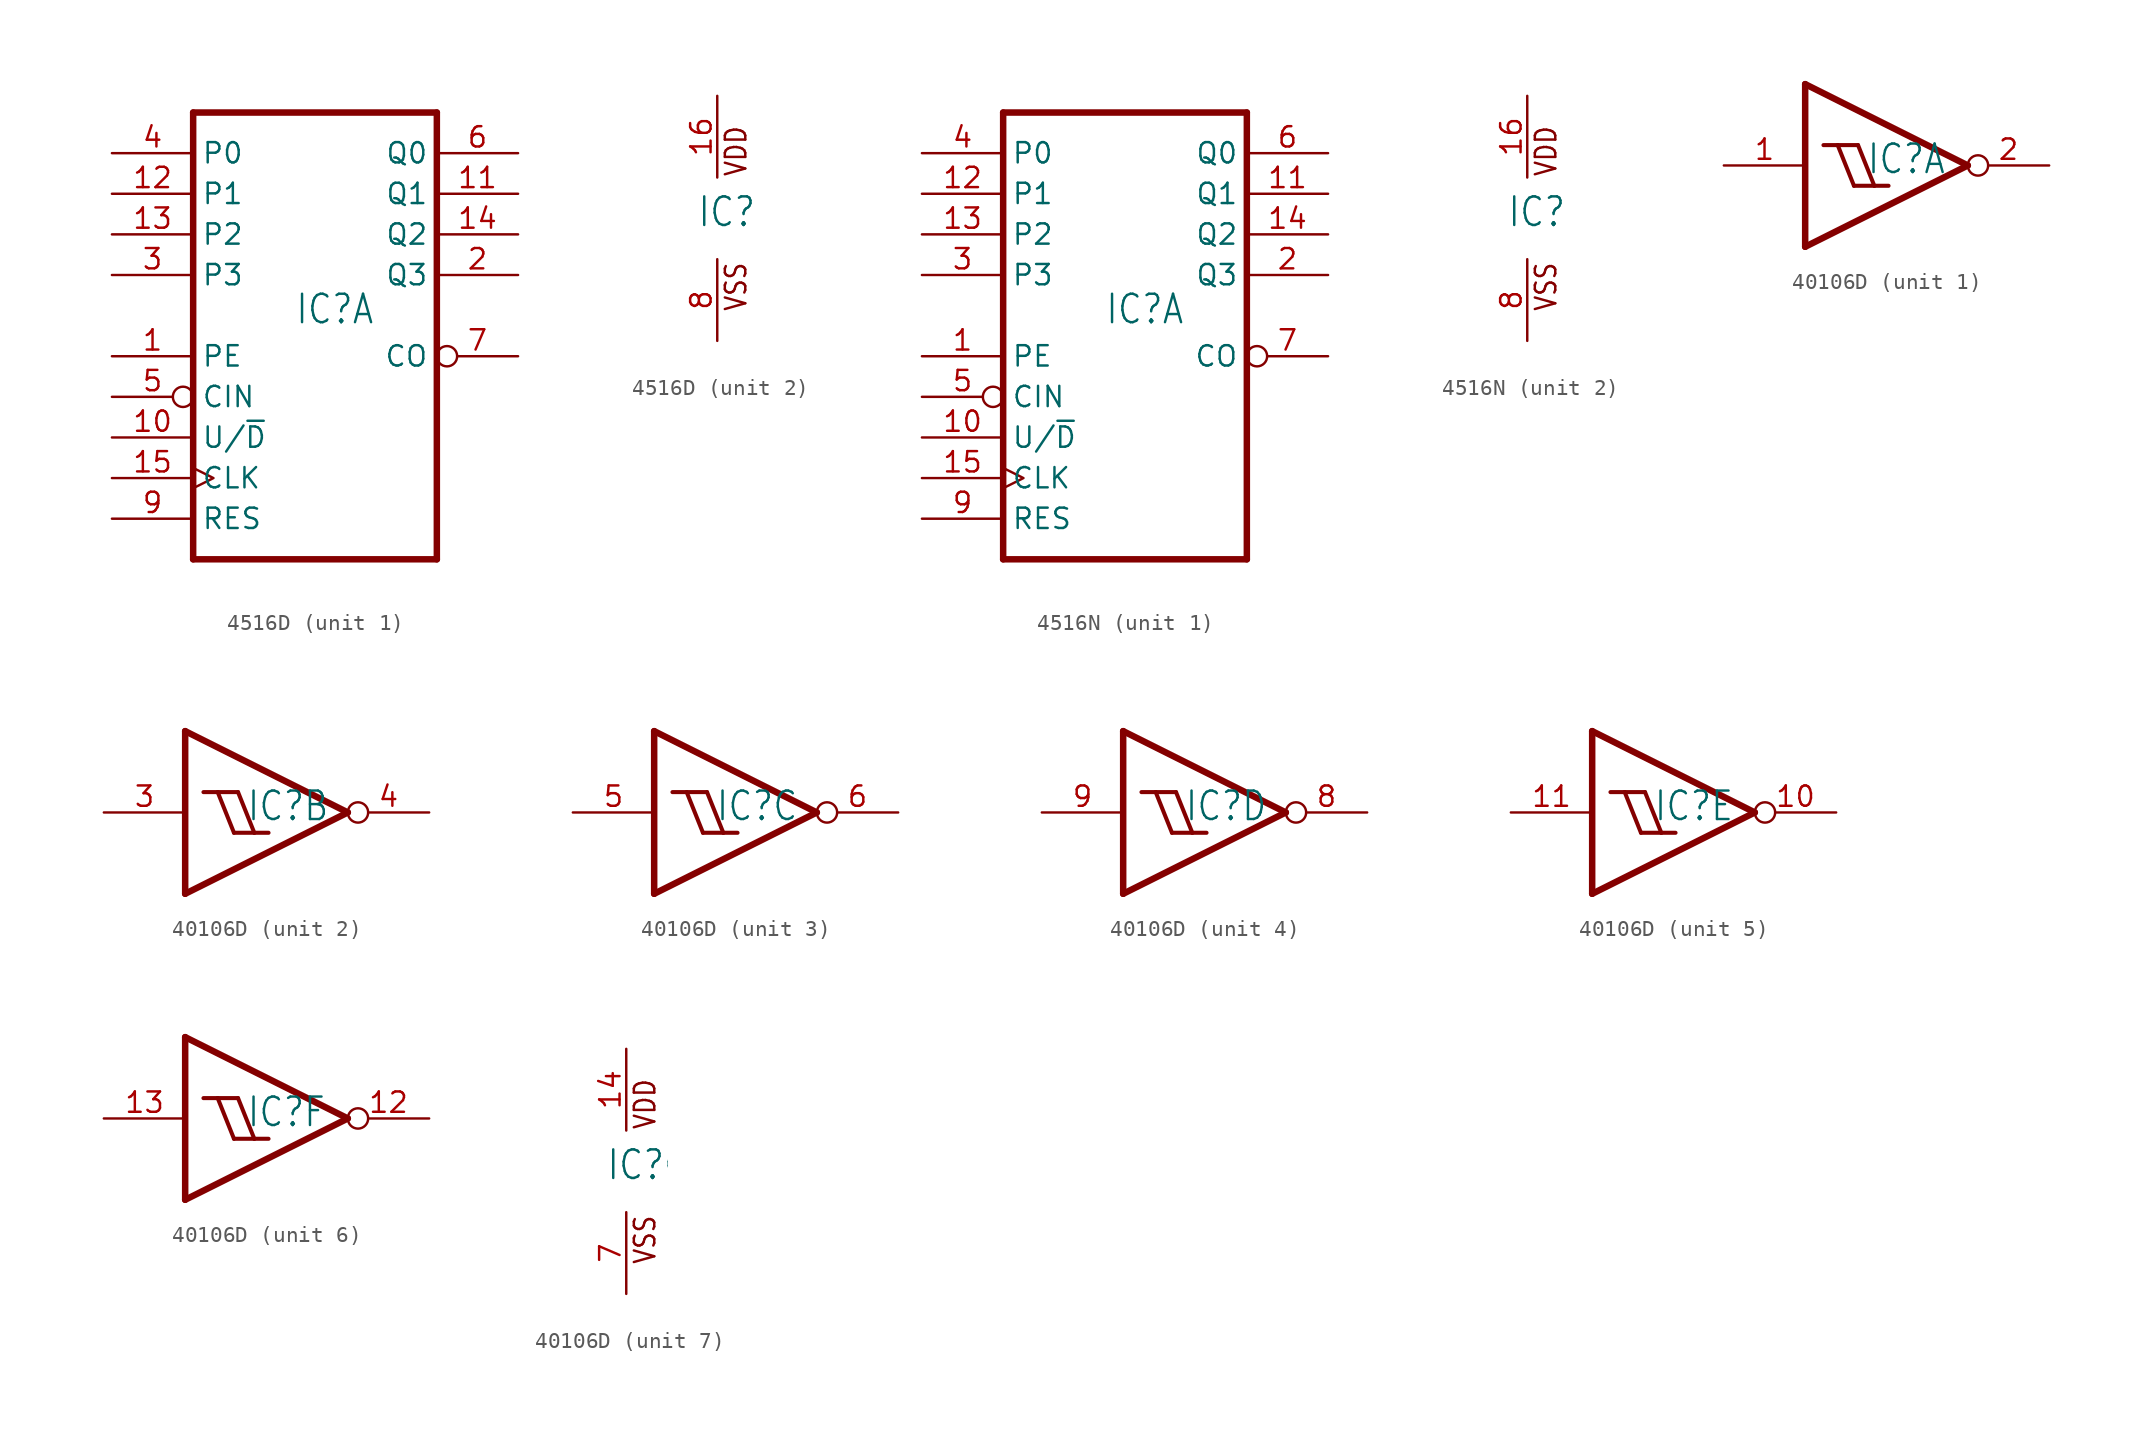
<source format=kicad_sym>
(kicad_symbol_lib
  (version 20211014)
  (generator kicad_symbol_editor)
  (symbol "4516D"
    (property "Reference" "IC"
      (at -1.27 -0.635 0)
      (effects (font (size 1.778 1.511)) (justify left bottom)))
    (property "ki_locked" ""
      (at 0 0 0)
      (effects (font (size 1.27 1.27))))
    (symbol "4516D_1_0"
      (polyline (pts (xy -7.62 -15.24) (xy 7.62 -15.24)) (stroke (width 0.406) (type default) (color 0 0 0 0)) (fill (type none)))
      (polyline (pts (xy -7.62 12.7) (xy -7.62 -15.24)) (stroke (width 0.406) (type default) (color 0 0 0 0)) (fill (type none)))
      (polyline (pts (xy 7.62 -15.24) (xy 7.62 12.7)) (stroke (width 0.406) (type default) (color 0 0 0 0)) (fill (type none)))
      (polyline (pts (xy 7.62 12.7) (xy -7.62 12.7)) (stroke (width 0.406) (type default) (color 0 0 0 0)) (fill (type none)))
      (pin input line (at -12.7 -2.54 0) (length 5.08) (name "PE" (effects (font (size 1.27 1.27)))) (number "1" (effects (font (size 1.27 1.27)))))
      (pin input line (at -12.7 -7.62 0) (length 5.08) (name "U/~{D}" (effects (font (size 1.27 1.27)))) (number "10" (effects (font (size 1.27 1.27)))))
      (pin output line (at 12.7 7.62 180) (length 5.08) (name "Q1" (effects (font (size 1.27 1.27)))) (number "11" (effects (font (size 1.27 1.27)))))
      (pin input line (at -12.7 7.62 0) (length 5.08) (name "P1" (effects (font (size 1.27 1.27)))) (number "12" (effects (font (size 1.27 1.27)))))
      (pin input line (at -12.7 5.08 0) (length 5.08) (name "P2" (effects (font (size 1.27 1.27)))) (number "13" (effects (font (size 1.27 1.27)))))
      (pin output line (at 12.7 5.08 180) (length 5.08) (name "Q2" (effects (font (size 1.27 1.27)))) (number "14" (effects (font (size 1.27 1.27)))))
      (pin input clock (at -12.7 -10.16 0) (length 5.08) (name "CLK" (effects (font (size 1.27 1.27)))) (number "15" (effects (font (size 1.27 1.27)))))
      (pin output line (at 12.7 2.54 180) (length 5.08) (name "Q3" (effects (font (size 1.27 1.27)))) (number "2" (effects (font (size 1.27 1.27)))))
      (pin input line (at -12.7 2.54 0) (length 5.08) (name "P3" (effects (font (size 1.27 1.27)))) (number "3" (effects (font (size 1.27 1.27)))))
      (pin input line (at -12.7 10.16 0) (length 5.08) (name "P0" (effects (font (size 1.27 1.27)))) (number "4" (effects (font (size 1.27 1.27)))))
      (pin input inverted (at -12.7 -5.08 0) (length 5.08) (name "CIN" (effects (font (size 1.27 1.27)))) (number "5" (effects (font (size 1.27 1.27)))))
      (pin output line (at 12.7 10.16 180) (length 5.08) (name "Q0" (effects (font (size 1.27 1.27)))) (number "6" (effects (font (size 1.27 1.27)))))
      (pin output inverted (at 12.7 -2.54 180) (length 5.08) (name "CO" (effects (font (size 1.27 1.27)))) (number "7" (effects (font (size 1.27 1.27)))))
      (pin input line (at -12.7 -12.7 0) (length 5.08) (name "RES" (effects (font (size 1.27 1.27)))) (number "9" (effects (font (size 1.27 1.27))))))
    (symbol "4516D_2_0"
      (text "VDD" (at 1.905 2.54 900) (effects (font (size 1.27 1.079)) (justify left bottom)))
      (text "VSS" (at 1.905 -5.842 900) (effects (font (size 1.27 1.079)) (justify left bottom)))
      (pin power_in line (at 0 7.62 270) (length 5.08) (name "VDD" (effects (font (size 0 0)))) (number "16" (effects (font (size 1.27 1.27)))))
      (pin power_in line (at 0 -7.62 90) (length 5.08) (name "VSS" (effects (font (size 0 0)))) (number "8" (effects (font (size 1.27 1.27)))))))
  (symbol "4516N"
    (property "Reference" "IC"
      (at -1.27 -0.635 0)
      (effects (font (size 1.778 1.511)) (justify left bottom)))
    (property "ki_locked" ""
      (at 0 0 0)
      (effects (font (size 1.27 1.27))))
    (symbol "4516N_1_0"
      (polyline (pts (xy -7.62 -15.24) (xy 7.62 -15.24)) (stroke (width 0.406) (type default) (color 0 0 0 0)) (fill (type none)))
      (polyline (pts (xy -7.62 12.7) (xy -7.62 -15.24)) (stroke (width 0.406) (type default) (color 0 0 0 0)) (fill (type none)))
      (polyline (pts (xy 7.62 -15.24) (xy 7.62 12.7)) (stroke (width 0.406) (type default) (color 0 0 0 0)) (fill (type none)))
      (polyline (pts (xy 7.62 12.7) (xy -7.62 12.7)) (stroke (width 0.406) (type default) (color 0 0 0 0)) (fill (type none)))
      (pin input line (at -12.7 -2.54 0) (length 5.08) (name "PE" (effects (font (size 1.27 1.27)))) (number "1" (effects (font (size 1.27 1.27)))))
      (pin input line (at -12.7 -7.62 0) (length 5.08) (name "U/~{D}" (effects (font (size 1.27 1.27)))) (number "10" (effects (font (size 1.27 1.27)))))
      (pin output line (at 12.7 7.62 180) (length 5.08) (name "Q1" (effects (font (size 1.27 1.27)))) (number "11" (effects (font (size 1.27 1.27)))))
      (pin input line (at -12.7 7.62 0) (length 5.08) (name "P1" (effects (font (size 1.27 1.27)))) (number "12" (effects (font (size 1.27 1.27)))))
      (pin input line (at -12.7 5.08 0) (length 5.08) (name "P2" (effects (font (size 1.27 1.27)))) (number "13" (effects (font (size 1.27 1.27)))))
      (pin output line (at 12.7 5.08 180) (length 5.08) (name "Q2" (effects (font (size 1.27 1.27)))) (number "14" (effects (font (size 1.27 1.27)))))
      (pin input clock (at -12.7 -10.16 0) (length 5.08) (name "CLK" (effects (font (size 1.27 1.27)))) (number "15" (effects (font (size 1.27 1.27)))))
      (pin output line (at 12.7 2.54 180) (length 5.08) (name "Q3" (effects (font (size 1.27 1.27)))) (number "2" (effects (font (size 1.27 1.27)))))
      (pin input line (at -12.7 2.54 0) (length 5.08) (name "P3" (effects (font (size 1.27 1.27)))) (number "3" (effects (font (size 1.27 1.27)))))
      (pin input line (at -12.7 10.16 0) (length 5.08) (name "P0" (effects (font (size 1.27 1.27)))) (number "4" (effects (font (size 1.27 1.27)))))
      (pin input inverted (at -12.7 -5.08 0) (length 5.08) (name "CIN" (effects (font (size 1.27 1.27)))) (number "5" (effects (font (size 1.27 1.27)))))
      (pin output line (at 12.7 10.16 180) (length 5.08) (name "Q0" (effects (font (size 1.27 1.27)))) (number "6" (effects (font (size 1.27 1.27)))))
      (pin output inverted (at 12.7 -2.54 180) (length 5.08) (name "CO" (effects (font (size 1.27 1.27)))) (number "7" (effects (font (size 1.27 1.27)))))
      (pin input line (at -12.7 -12.7 0) (length 5.08) (name "RES" (effects (font (size 1.27 1.27)))) (number "9" (effects (font (size 1.27 1.27))))))
    (symbol "4516N_2_0"
      (text "VDD" (at 1.905 2.54 900) (effects (font (size 1.27 1.079)) (justify left bottom)))
      (text "VSS" (at 1.905 -5.842 900) (effects (font (size 1.27 1.079)) (justify left bottom)))
      (pin power_in line (at 0 7.62 270) (length 5.08) (name "VDD" (effects (font (size 0 0)))) (number "16" (effects (font (size 1.27 1.27)))))
      (pin power_in line (at 0 -7.62 90) (length 5.08) (name "VSS" (effects (font (size 0 0)))) (number "8" (effects (font (size 1.27 1.27)))))))
  (symbol "40106D"
    (property "Reference" "IC"
      (at -1.27 -0.635 0)
      (effects (font (size 1.778 1.511)) (justify left bottom)))
    (property "ki_locked" ""
      (at 0 0 0)
      (effects (font (size 1.27 1.27))))
    (symbol "40106D_1_0"
      (polyline (pts (xy -5.08 -5.08) (xy -5.08 5.08)) (stroke (width 0.406) (type default) (color 0 0 0 0)) (fill (type none)))
      (polyline (pts (xy -5.08 5.08) (xy 5.08 0)) (stroke (width 0.406) (type default) (color 0 0 0 0)) (fill (type none)))
      (polyline (pts (xy -3.937 1.27) (xy -3.048 1.27)) (stroke (width 0.254) (type default) (color 0 0 0 0)) (fill (type none)))
      (polyline (pts (xy -3.048 1.27) (xy -1.778 1.27)) (stroke (width 0.254) (type default) (color 0 0 0 0)) (fill (type none)))
      (polyline (pts (xy -2.032 -1.27) (xy -3.048 1.27)) (stroke (width 0.254) (type default) (color 0 0 0 0)) (fill (type none)))
      (polyline (pts (xy -2.032 -1.27) (xy -0.762 -1.27)) (stroke (width 0.254) (type default) (color 0 0 0 0)) (fill (type none)))
      (polyline (pts (xy -0.762 -1.27) (xy -1.778 1.27)) (stroke (width 0.254) (type default) (color 0 0 0 0)) (fill (type none)))
      (polyline (pts (xy -0.762 -1.27) (xy 0.127 -1.27)) (stroke (width 0.254) (type default) (color 0 0 0 0)) (fill (type none)))
      (polyline (pts (xy 5.08 0) (xy -5.08 -5.08)) (stroke (width 0.406) (type default) (color 0 0 0 0)) (fill (type none)))
      (pin input line (at -10.16 0 0) (length 5.08) (name "I" (effects (font (size 0 0)))) (number "1" (effects (font (size 1.27 1.27)))))
      (pin output inverted (at 10.16 0 180) (length 5.08) (name "O" (effects (font (size 0 0)))) (number "2" (effects (font (size 1.27 1.27))))))
    (symbol "40106D_2_0"
      (polyline (pts (xy -5.08 -5.08) (xy -5.08 5.08)) (stroke (width 0.406) (type default) (color 0 0 0 0)) (fill (type none)))
      (polyline (pts (xy -5.08 5.08) (xy 5.08 0)) (stroke (width 0.406) (type default) (color 0 0 0 0)) (fill (type none)))
      (polyline (pts (xy -3.937 1.27) (xy -3.048 1.27)) (stroke (width 0.254) (type default) (color 0 0 0 0)) (fill (type none)))
      (polyline (pts (xy -3.048 1.27) (xy -1.778 1.27)) (stroke (width 0.254) (type default) (color 0 0 0 0)) (fill (type none)))
      (polyline (pts (xy -2.032 -1.27) (xy -3.048 1.27)) (stroke (width 0.254) (type default) (color 0 0 0 0)) (fill (type none)))
      (polyline (pts (xy -2.032 -1.27) (xy -0.762 -1.27)) (stroke (width 0.254) (type default) (color 0 0 0 0)) (fill (type none)))
      (polyline (pts (xy -0.762 -1.27) (xy -1.778 1.27)) (stroke (width 0.254) (type default) (color 0 0 0 0)) (fill (type none)))
      (polyline (pts (xy -0.762 -1.27) (xy 0.127 -1.27)) (stroke (width 0.254) (type default) (color 0 0 0 0)) (fill (type none)))
      (polyline (pts (xy 5.08 0) (xy -5.08 -5.08)) (stroke (width 0.406) (type default) (color 0 0 0 0)) (fill (type none)))
      (pin input line (at -10.16 0 0) (length 5.08) (name "I" (effects (font (size 0 0)))) (number "3" (effects (font (size 1.27 1.27)))))
      (pin output inverted (at 10.16 0 180) (length 5.08) (name "O" (effects (font (size 0 0)))) (number "4" (effects (font (size 1.27 1.27))))))
    (symbol "40106D_3_0"
      (polyline (pts (xy -5.08 -5.08) (xy -5.08 5.08)) (stroke (width 0.406) (type default) (color 0 0 0 0)) (fill (type none)))
      (polyline (pts (xy -5.08 5.08) (xy 5.08 0)) (stroke (width 0.406) (type default) (color 0 0 0 0)) (fill (type none)))
      (polyline (pts (xy -3.937 1.27) (xy -3.048 1.27)) (stroke (width 0.254) (type default) (color 0 0 0 0)) (fill (type none)))
      (polyline (pts (xy -3.048 1.27) (xy -1.778 1.27)) (stroke (width 0.254) (type default) (color 0 0 0 0)) (fill (type none)))
      (polyline (pts (xy -2.032 -1.27) (xy -3.048 1.27)) (stroke (width 0.254) (type default) (color 0 0 0 0)) (fill (type none)))
      (polyline (pts (xy -2.032 -1.27) (xy -0.762 -1.27)) (stroke (width 0.254) (type default) (color 0 0 0 0)) (fill (type none)))
      (polyline (pts (xy -0.762 -1.27) (xy -1.778 1.27)) (stroke (width 0.254) (type default) (color 0 0 0 0)) (fill (type none)))
      (polyline (pts (xy -0.762 -1.27) (xy 0.127 -1.27)) (stroke (width 0.254) (type default) (color 0 0 0 0)) (fill (type none)))
      (polyline (pts (xy 5.08 0) (xy -5.08 -5.08)) (stroke (width 0.406) (type default) (color 0 0 0 0)) (fill (type none)))
      (pin input line (at -10.16 0 0) (length 5.08) (name "I" (effects (font (size 0 0)))) (number "5" (effects (font (size 1.27 1.27)))))
      (pin output inverted (at 10.16 0 180) (length 5.08) (name "O" (effects (font (size 0 0)))) (number "6" (effects (font (size 1.27 1.27))))))
    (symbol "40106D_4_0"
      (polyline (pts (xy -5.08 -5.08) (xy -5.08 5.08)) (stroke (width 0.406) (type default) (color 0 0 0 0)) (fill (type none)))
      (polyline (pts (xy -5.08 5.08) (xy 5.08 0)) (stroke (width 0.406) (type default) (color 0 0 0 0)) (fill (type none)))
      (polyline (pts (xy -3.937 1.27) (xy -3.048 1.27)) (stroke (width 0.254) (type default) (color 0 0 0 0)) (fill (type none)))
      (polyline (pts (xy -3.048 1.27) (xy -1.778 1.27)) (stroke (width 0.254) (type default) (color 0 0 0 0)) (fill (type none)))
      (polyline (pts (xy -2.032 -1.27) (xy -3.048 1.27)) (stroke (width 0.254) (type default) (color 0 0 0 0)) (fill (type none)))
      (polyline (pts (xy -2.032 -1.27) (xy -0.762 -1.27)) (stroke (width 0.254) (type default) (color 0 0 0 0)) (fill (type none)))
      (polyline (pts (xy -0.762 -1.27) (xy -1.778 1.27)) (stroke (width 0.254) (type default) (color 0 0 0 0)) (fill (type none)))
      (polyline (pts (xy -0.762 -1.27) (xy 0.127 -1.27)) (stroke (width 0.254) (type default) (color 0 0 0 0)) (fill (type none)))
      (polyline (pts (xy 5.08 0) (xy -5.08 -5.08)) (stroke (width 0.406) (type default) (color 0 0 0 0)) (fill (type none)))
      (pin output inverted (at 10.16 0 180) (length 5.08) (name "O" (effects (font (size 0 0)))) (number "8" (effects (font (size 1.27 1.27)))))
      (pin input line (at -10.16 0 0) (length 5.08) (name "I" (effects (font (size 0 0)))) (number "9" (effects (font (size 1.27 1.27))))))
    (symbol "40106D_5_0"
      (polyline (pts (xy -5.08 -5.08) (xy -5.08 5.08)) (stroke (width 0.406) (type default) (color 0 0 0 0)) (fill (type none)))
      (polyline (pts (xy -5.08 5.08) (xy 5.08 0)) (stroke (width 0.406) (type default) (color 0 0 0 0)) (fill (type none)))
      (polyline (pts (xy -3.937 1.27) (xy -3.048 1.27)) (stroke (width 0.254) (type default) (color 0 0 0 0)) (fill (type none)))
      (polyline (pts (xy -3.048 1.27) (xy -1.778 1.27)) (stroke (width 0.254) (type default) (color 0 0 0 0)) (fill (type none)))
      (polyline (pts (xy -2.032 -1.27) (xy -3.048 1.27)) (stroke (width 0.254) (type default) (color 0 0 0 0)) (fill (type none)))
      (polyline (pts (xy -2.032 -1.27) (xy -0.762 -1.27)) (stroke (width 0.254) (type default) (color 0 0 0 0)) (fill (type none)))
      (polyline (pts (xy -0.762 -1.27) (xy -1.778 1.27)) (stroke (width 0.254) (type default) (color 0 0 0 0)) (fill (type none)))
      (polyline (pts (xy -0.762 -1.27) (xy 0.127 -1.27)) (stroke (width 0.254) (type default) (color 0 0 0 0)) (fill (type none)))
      (polyline (pts (xy 5.08 0) (xy -5.08 -5.08)) (stroke (width 0.406) (type default) (color 0 0 0 0)) (fill (type none)))
      (pin output inverted (at 10.16 0 180) (length 5.08) (name "O" (effects (font (size 0 0)))) (number "10" (effects (font (size 1.27 1.27)))))
      (pin input line (at -10.16 0 0) (length 5.08) (name "I" (effects (font (size 0 0)))) (number "11" (effects (font (size 1.27 1.27))))))
    (symbol "40106D_6_0"
      (polyline (pts (xy -5.08 -5.08) (xy -5.08 5.08)) (stroke (width 0.406) (type default) (color 0 0 0 0)) (fill (type none)))
      (polyline (pts (xy -5.08 5.08) (xy 5.08 0)) (stroke (width 0.406) (type default) (color 0 0 0 0)) (fill (type none)))
      (polyline (pts (xy -3.937 1.27) (xy -3.048 1.27)) (stroke (width 0.254) (type default) (color 0 0 0 0)) (fill (type none)))
      (polyline (pts (xy -3.048 1.27) (xy -1.778 1.27)) (stroke (width 0.254) (type default) (color 0 0 0 0)) (fill (type none)))
      (polyline (pts (xy -2.032 -1.27) (xy -3.048 1.27)) (stroke (width 0.254) (type default) (color 0 0 0 0)) (fill (type none)))
      (polyline (pts (xy -2.032 -1.27) (xy -0.762 -1.27)) (stroke (width 0.254) (type default) (color 0 0 0 0)) (fill (type none)))
      (polyline (pts (xy -0.762 -1.27) (xy -1.778 1.27)) (stroke (width 0.254) (type default) (color 0 0 0 0)) (fill (type none)))
      (polyline (pts (xy -0.762 -1.27) (xy 0.127 -1.27)) (stroke (width 0.254) (type default) (color 0 0 0 0)) (fill (type none)))
      (polyline (pts (xy 5.08 0) (xy -5.08 -5.08)) (stroke (width 0.406) (type default) (color 0 0 0 0)) (fill (type none)))
      (pin output inverted (at 10.16 0 180) (length 5.08) (name "O" (effects (font (size 0 0)))) (number "12" (effects (font (size 1.27 1.27)))))
      (pin input line (at -10.16 0 0) (length 5.08) (name "I" (effects (font (size 0 0)))) (number "13" (effects (font (size 1.27 1.27))))))
    (symbol "40106D_7_0"
      (text "VDD" (at 1.905 2.54 900) (effects (font (size 1.27 1.079)) (justify left bottom)))
      (text "VSS" (at 1.905 -5.842 900) (effects (font (size 1.27 1.079)) (justify left bottom)))
      (pin power_in line (at 0 7.62 270) (length 5.08) (name "VDD" (effects (font (size 0 0)))) (number "14" (effects (font (size 1.27 1.27)))))
      (pin power_in line (at 0 -7.62 90) (length 5.08) (name "VSS" (effects (font (size 0 0)))) (number "7" (effects (font (size 1.27 1.27))))))))
</source>
